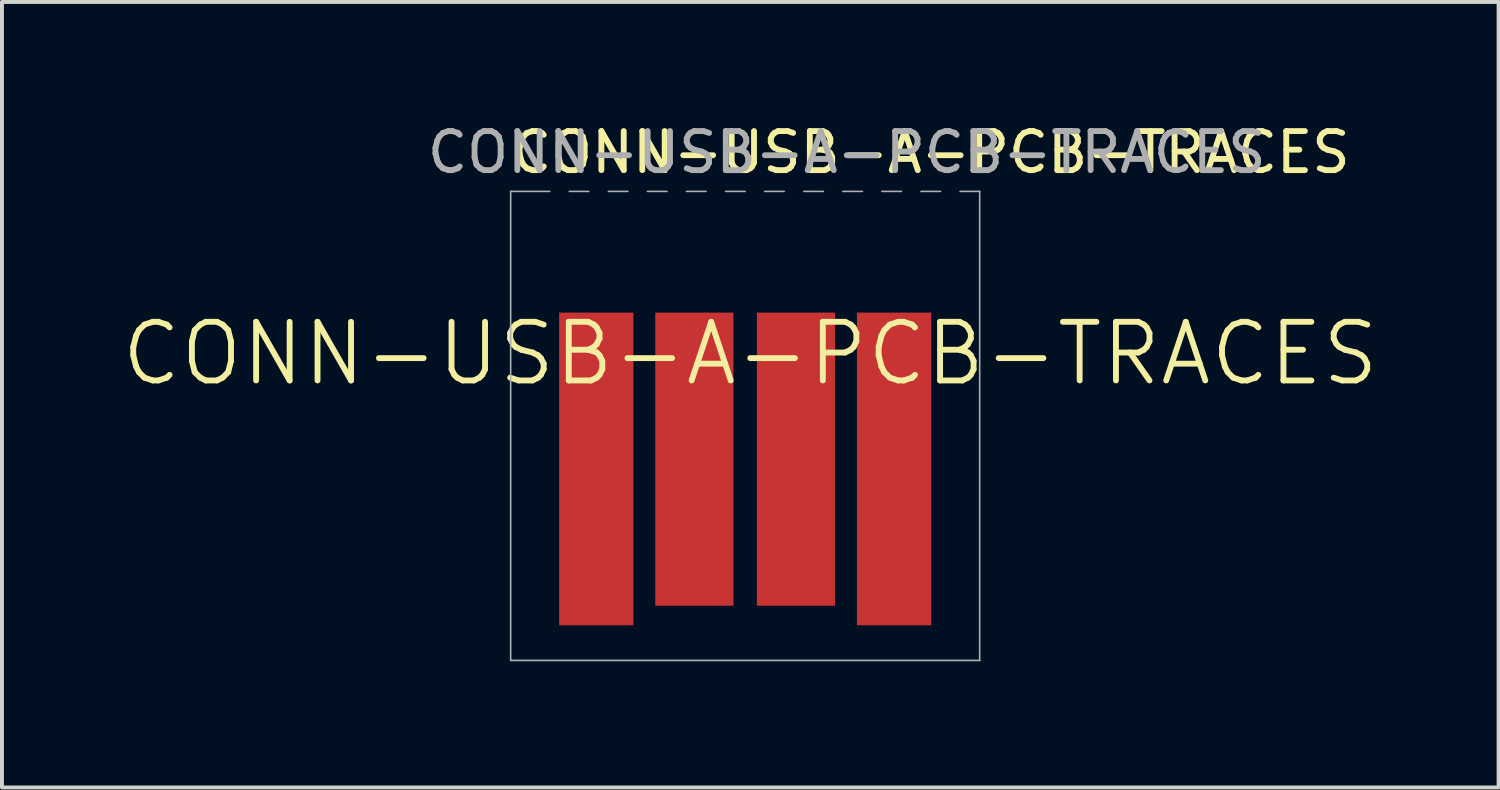
<source format=kicad_pcb>
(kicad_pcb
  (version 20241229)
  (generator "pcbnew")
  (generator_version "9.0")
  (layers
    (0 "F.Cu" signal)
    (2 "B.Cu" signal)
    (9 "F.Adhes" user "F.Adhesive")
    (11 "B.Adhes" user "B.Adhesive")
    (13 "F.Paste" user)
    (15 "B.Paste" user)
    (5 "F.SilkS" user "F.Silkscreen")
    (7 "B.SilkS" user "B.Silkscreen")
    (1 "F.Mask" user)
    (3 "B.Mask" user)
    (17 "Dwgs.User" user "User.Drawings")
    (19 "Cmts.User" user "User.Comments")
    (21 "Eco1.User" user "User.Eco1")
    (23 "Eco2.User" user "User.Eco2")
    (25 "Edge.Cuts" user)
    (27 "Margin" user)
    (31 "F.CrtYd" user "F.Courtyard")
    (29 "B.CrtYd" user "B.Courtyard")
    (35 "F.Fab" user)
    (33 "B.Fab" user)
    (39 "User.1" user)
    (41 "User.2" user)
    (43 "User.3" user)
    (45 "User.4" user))
  (footprint "CONN-USB-A-PCB-TRACES"
    (layer "F.Cu")
    (at 16.016 13.848)
    (property "Reference" "CONN-USB-A-PCB-TRACES" (at 0.13 -7.85 0) (layer "F.SilkS") (effects (font (size 1.5 1.5) (thickness 0.15))))
    (attr exclude_from_pos_files exclude_from_bom)
    (fp_line (start -6 -12) (end -5 -12) (stroke (width 0.041) (type solid)) (layer "F.Fab"))
    (fp_line (start -6 0) (end -6 -12) (stroke (width 0.041) (type solid)) (layer "F.Fab"))
    (fp_line (start -4.5 -12) (end -4 -12) (stroke (width 0.041) (type solid)) (layer "F.Fab"))
    (fp_line (start -3.5 -12) (end -3 -12) (stroke (width 0.041) (type solid)) (layer "F.Fab"))
    (fp_line (start -2.5 -12) (end -2 -12) (stroke (width 0.041) (type solid)) (layer "F.Fab"))
    (fp_line (start -1.5 -12) (end -1 -12) (stroke (width 0.041) (type solid)) (layer "F.Fab"))
    (fp_line (start -0.5 -12) (end 0 -12) (stroke (width 0.041) (type solid)) (layer "F.Fab"))
    (fp_line (start 0.5 -12) (end 1 -12) (stroke (width 0.041) (type solid)) (layer "F.Fab"))
    (fp_line (start 1.5 -12) (end 2 -12) (stroke (width 0.041) (type solid)) (layer "F.Fab"))
    (fp_line (start 2.5 -12) (end 3 -12) (stroke (width 0.041) (type solid)) (layer "F.Fab"))
    (fp_line (start 3.5 -12) (end 4 -12) (stroke (width 0.041) (type solid)) (layer "F.Fab"))
    (fp_line (start 4.5 -12) (end 5 -12) (stroke (width 0.041) (type solid)) (layer "F.Fab"))
    (fp_line (start 5.5 -12) (end 6 -12) (stroke (width 0.041) (type solid)) (layer "F.Fab"))
    (fp_line (start 6 -12) (end 6 0) (stroke (width 0.041) (type solid)) (layer "F.Fab"))
    (fp_line (start 6 0) (end -6 0) (stroke (width 0.041) (type solid)) (layer "F.Fab"))
    (fp_text user "${REFERENCE}" (at 4.75 -13 0) (layer "F.SilkS") (effects (font (size 1 1) (thickness 0.15))))
    (fp_text user "${REFERENCE}" (at 2.6 -13 0) (layer "F.Fab") (effects (font (size 1 1) (thickness 0.15))))
    (pad "1" connect rect (at 3.81 -4.9) (size 1.9 8) (layers "F.Cu" "F.Mask"))
    (pad "2" connect rect (at 1.3 -5.15) (size 2 7.5) (layers "F.Cu" "F.Mask"))
    (pad "3" connect rect (at -1.3 -5.15) (size 2 7.5) (layers "F.Cu" "F.Mask"))
    (pad "4" connect rect (at -3.81 -4.9) (size 1.9 8) (layers "F.Cu" "F.Mask")))
  (gr_rect
    (start -3 -3)
    (end 35.293 17.098)
    (stroke (width 0.1) (type default))
    (fill no)
    (layer "Edge.Cuts")))
</source>
